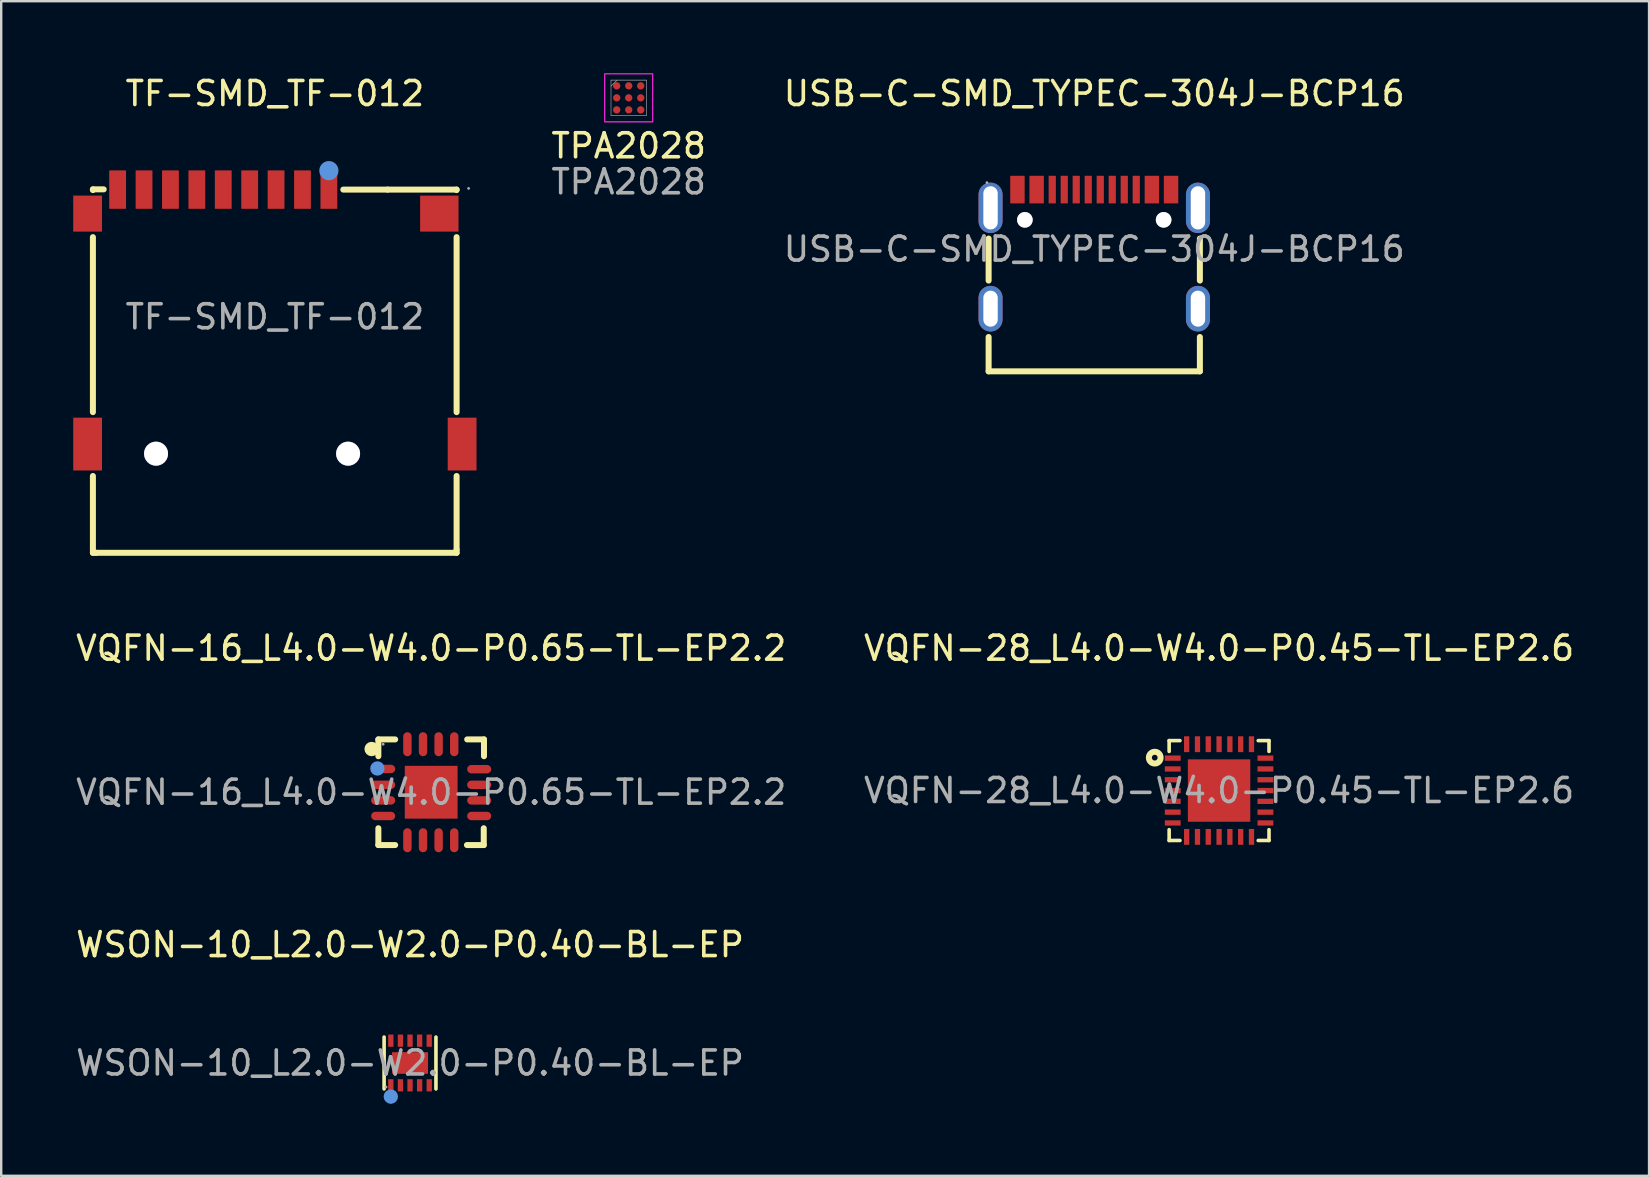
<source format=kicad_pcb>
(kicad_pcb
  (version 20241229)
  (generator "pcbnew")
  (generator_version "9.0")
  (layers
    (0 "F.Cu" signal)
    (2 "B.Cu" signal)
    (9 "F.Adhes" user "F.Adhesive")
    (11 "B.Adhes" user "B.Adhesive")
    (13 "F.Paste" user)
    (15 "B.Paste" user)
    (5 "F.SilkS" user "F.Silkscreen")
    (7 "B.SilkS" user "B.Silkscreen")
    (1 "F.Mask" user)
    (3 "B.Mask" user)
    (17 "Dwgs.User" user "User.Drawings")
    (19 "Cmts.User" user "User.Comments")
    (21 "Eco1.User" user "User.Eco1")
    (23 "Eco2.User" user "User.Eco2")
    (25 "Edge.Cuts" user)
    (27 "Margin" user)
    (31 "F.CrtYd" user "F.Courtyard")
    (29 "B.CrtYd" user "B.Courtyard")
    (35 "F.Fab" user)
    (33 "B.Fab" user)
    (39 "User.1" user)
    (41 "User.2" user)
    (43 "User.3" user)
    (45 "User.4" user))
  (footprint "USB-C-SMD_TYPEC-304J-BCP16"
    (layer "F.Cu")
    (at 42.532 7.328)
    (property "Reference" "USB-C-SMD_TYPEC-304J-BCP16" (at 0 -6.48 0) (layer "F.SilkS") (effects (font (size 1 1) (thickness 0.15))))
    (attr smd)
    (fp_line (start -4.4 1.31) (end -4.4 -0.44) (stroke (width 0.25) (type solid)) (layer "F.SilkS"))
    (fp_line (start -4.4 5.09) (end -4.4 3.66) (stroke (width 0.25) (type solid)) (layer "F.SilkS"))
    (fp_line (start -4.4 5.09) (end 4.4 5.09) (stroke (width 0.25) (type solid)) (layer "F.SilkS"))
    (fp_line (start 4.4 1.31) (end 4.4 -0.44) (stroke (width 0.25) (type solid)) (layer "F.SilkS"))
    (fp_line (start 4.4 5.09) (end 4.4 3.66) (stroke (width 0.25) (type solid)) (layer "F.SilkS"))
    (fp_circle (center -2.89 -1.22) (end -2.74 -1.22) (stroke (width 0.3) (type solid)) (fill no) (layer "Cmts.User"))
    (fp_circle (center 2.89 -1.22) (end 3.04 -1.22) (stroke (width 0.3) (type solid)) (fill no) (layer "Cmts.User"))
    (fp_circle (center -4.47 -2.77) (end -4.44 -2.77) (stroke (width 0.06) (type solid)) (fill no) (layer "F.Fab"))
    (fp_text user "${REFERENCE}" (at 0 0 0) (layer "F.Fab") (effects (font (size 1 1) (thickness 0.15))))
    (pad "" thru_hole circle (at -2.89 -1.22) (size 0.65 0.65) (drill 0.65) (layers "*.Cu" "*.Mask"))
    (pad "" thru_hole circle (at 2.89 -1.22) (size 0.65 0.65) (drill 0.65) (layers "*.Cu" "*.Mask"))
    (pad "A1B12" smd rect (at -3.2 -2.48) (size 0.6 1.15) (layers "F.Cu" "F.Mask" "F.Paste"))
    (pad "A4B9" smd rect (at -2.4 -2.48) (size 0.6 1.15) (layers "F.Cu" "F.Mask" "F.Paste"))
    (pad "A5" smd rect (at -1.25 -2.48) (size 0.3 1.15) (layers "F.Cu" "F.Mask" "F.Paste"))
    (pad "A6" smd rect (at -0.25 -2.48) (size 0.3 1.15) (layers "F.Cu" "F.Mask" "F.Paste"))
    (pad "A7" smd rect (at 0.25 -2.48) (size 0.3 1.15) (layers "F.Cu" "F.Mask" "F.Paste"))
    (pad "A8" smd rect (at 1.25 -2.48) (size 0.3 1.15) (layers "F.Cu" "F.Mask" "F.Paste"))
    (pad "B1A12" smd rect (at 3.2 -2.48) (size 0.6 1.15) (layers "F.Cu" "F.Mask" "F.Paste"))
    (pad "B4A9" smd rect (at 2.4 -2.48) (size 0.6 1.15) (layers "F.Cu" "F.Mask" "F.Paste"))
    (pad "B5" smd rect (at 1.75 -2.48) (size 0.3 1.15) (layers "F.Cu" "F.Mask" "F.Paste"))
    (pad "B6" smd rect (at 0.75 -2.48) (size 0.3 1.15) (layers "F.Cu" "F.Mask" "F.Paste"))
    (pad "B7" smd rect (at -0.75 -2.48) (size 0.3 1.15) (layers "F.Cu" "F.Mask" "F.Paste"))
    (pad "B8" smd rect (at -1.75 -2.48) (size 0.3 1.15) (layers "F.Cu" "F.Mask" "F.Paste"))
    (pad "S1" thru_hole oval (at -4.32 -1.72) (size 1 2.1) (drill oval 0.6 1.8) (layers "*.Cu" "*.Mask"))
    (pad "S1" thru_hole oval (at -4.32 2.48) (size 1 1.9) (drill oval 0.6 1.5) (layers "*.Cu" "*.Mask"))
    (pad "S1" thru_hole oval (at 4.32 -1.72) (size 1 2.1) (drill oval 0.6 1.8) (layers "*.Cu" "*.Mask"))
    (pad "S1" thru_hole oval (at 4.32 2.48) (size 1 1.9) (drill oval 0.6 1.5) (layers "*.Cu" "*.Mask")))
  (footprint "VQFN-16_L4.0-W4.0-P0.65-TL-EP2.2"
    (layer "F.Cu")
    (at 14.911 29.951)
    (property "Reference" "VQFN-16_L4.0-W4.0-P0.65-TL-EP2.2" (at 0 -6 0) (layer "F.SilkS") (effects (font (size 1 1) (thickness 0.15))))
    (attr smd)
    (fp_line (start -2.2 -2.2) (end -1.5 -2.2) (stroke (width 0.25) (type solid)) (layer "F.SilkS"))
    (fp_line (start -2.2 -1.5) (end -2.2 -2.2) (stroke (width 0.25) (type solid)) (layer "F.SilkS"))
    (fp_line (start -2.2 1.5) (end -2.2 2.2) (stroke (width 0.25) (type solid)) (layer "F.SilkS"))
    (fp_line (start -2.2 2.2) (end -1.5 2.2) (stroke (width 0.25) (type solid)) (layer "F.SilkS"))
    (fp_line (start 1.49 2.2) (end 2.19 2.2) (stroke (width 0.25) (type solid)) (layer "F.SilkS"))
    (fp_line (start 2.19 2.2) (end 2.19 1.5) (stroke (width 0.25) (type solid)) (layer "F.SilkS"))
    (fp_line (start 2.2 -2.2) (end 1.5 -2.2) (stroke (width 0.25) (type solid)) (layer "F.SilkS"))
    (fp_line (start 2.2 -1.5) (end 2.2 -2.2) (stroke (width 0.25) (type solid)) (layer "F.SilkS"))
    (fp_arc (start -2.48 -1.8) (mid -2.48 -1.8) (end -2.48 -1.8) (stroke (width 0.3) (type solid)) (layer "F.SilkS"))
    (fp_circle (center -2.24 -0.99) (end -2.09 -0.99) (stroke (width 0.3) (type solid)) (fill no) (layer "Cmts.User"))
    (fp_circle (center -2 -2) (end -1.97 -2) (stroke (width 0.06) (type solid)) (fill no) (layer "F.Fab"))
    (fp_text user "${REFERENCE}" (at 0 0 0) (layer "F.Fab") (effects (font (size 1 1) (thickness 0.15))))
    (pad "1" smd oval (at -2 -0.97 270) (size 0.35 1) (layers "F.Cu" "F.Mask" "F.Paste"))
    (pad "2" smd oval (at -2 -0.31 270) (size 0.35 1) (layers "F.Cu" "F.Mask" "F.Paste"))
    (pad "3" smd oval (at -2 0.34 270) (size 0.35 1) (layers "F.Cu" "F.Mask" "F.Paste"))
    (pad "4" smd oval (at -2 0.99 270) (size 0.35 1) (layers "F.Cu" "F.Mask" "F.Paste"))
    (pad "5" smd oval (at -0.99 2) (size 0.35 1) (layers "F.Cu" "F.Mask" "F.Paste"))
    (pad "6" smd oval (at -0.34 2) (size 0.35 1) (layers "F.Cu" "F.Mask" "F.Paste"))
    (pad "7" smd oval (at 0.31 2) (size 0.35 1) (layers "F.Cu" "F.Mask" "F.Paste"))
    (pad "8" smd oval (at 0.96 2) (size 0.35 1) (layers "F.Cu" "F.Mask" "F.Paste"))
    (pad "9" smd oval (at 2 0.99 270) (size 0.35 1) (layers "F.Cu" "F.Mask" "F.Paste"))
    (pad "10" smd oval (at 2 0.34 270) (size 0.35 1) (layers "F.Cu" "F.Mask" "F.Paste"))
    (pad "11" smd oval (at 2 -0.31 270) (size 0.35 1) (layers "F.Cu" "F.Mask" "F.Paste"))
    (pad "12" smd oval (at 2 -0.96 270) (size 0.35 1) (layers "F.Cu" "F.Mask" "F.Paste"))
    (pad "13" smd oval (at 0.96 -2) (size 0.35 1) (layers "F.Cu" "F.Mask" "F.Paste"))
    (pad "14" smd oval (at 0.31 -2) (size 0.35 1) (layers "F.Cu" "F.Mask" "F.Paste"))
    (pad "15" smd oval (at -0.34 -2) (size 0.35 1) (layers "F.Cu" "F.Mask" "F.Paste"))
    (pad "16" smd oval (at -0.99 -2) (size 0.35 1) (layers "F.Cu" "F.Mask" "F.Paste"))
    (pad "17" smd rect (at 0 0) (size 2.2 2.2) (layers "F.Cu" "F.Mask" "F.Paste")))
  (footprint "TF-SMD_TF-012"
    (layer "F.Cu")
    (at 8.4 10.148)
    (property "Reference" "TF-SMD_TF-012" (at 0 -9.3 0) (layer "F.SilkS") (effects (font (size 1 1) (thickness 0.15))))
    (attr through_hole)
    (fp_line (start -7.58 -5.31) (end -7.13 -5.31) (stroke (width 0.25) (type solid)) (layer "F.SilkS"))
    (fp_line (start -7.58 -5.28) (end -7.58 -5.31) (stroke (width 0.25) (type solid)) (layer "F.SilkS"))
    (fp_line (start -7.58 3.97) (end -7.58 -3.32) (stroke (width 0.25) (type solid)) (layer "F.SilkS"))
    (fp_line (start -7.58 9.83) (end -7.58 6.63) (stroke (width 0.25) (type solid)) (layer "F.SilkS"))
    (fp_line (start -7.45 9.83) (end -7.58 9.83) (stroke (width 0.25) (type solid)) (layer "F.SilkS"))
    (fp_line (start 4.7 -5.3) (end 2.85 -5.3) (stroke (width 0.25) (type solid)) (layer "F.SilkS"))
    (fp_line (start 4.7 -5.3) (end 7.57 -5.3) (stroke (width 0.25) (type solid)) (layer "F.SilkS"))
    (fp_line (start 7.57 -5.3) (end 7.57 -5.28) (stroke (width 0.25) (type solid)) (layer "F.SilkS"))
    (fp_line (start 7.57 -3.32) (end 7.57 3.97) (stroke (width 0.25) (type solid)) (layer "F.SilkS"))
    (fp_line (start 7.57 6.63) (end 7.57 9.7) (stroke (width 0.25) (type solid)) (layer "F.SilkS"))
    (fp_line (start 7.57 9.7) (end 7.57 9.83) (stroke (width 0.25) (type solid)) (layer "F.SilkS"))
    (fp_line (start 7.57 9.83) (end -7.45 9.83) (stroke (width 0.25) (type solid)) (layer "F.SilkS"))
    (fp_circle (center -4.95 5.7) (end -4.75 5.7) (stroke (width 0.4) (type solid)) (fill no) (layer "Cmts.User"))
    (fp_circle (center 2.25 -6.09) (end 2.45 -6.09) (stroke (width 0.4) (type solid)) (fill no) (layer "Cmts.User"))
    (fp_circle (center 3.05 5.7) (end 3.25 5.7) (stroke (width 0.4) (type solid)) (fill no) (layer "Cmts.User"))
    (fp_circle (center 8.07 -5.35) (end 8.1 -5.35) (stroke (width 0.06) (type solid)) (fill no) (layer "F.Fab"))
    (fp_text user "${REFERENCE}" (at 0 0 0) (layer "F.Fab") (effects (font (size 1 1) (thickness 0.15))))
    (pad "" thru_hole circle (at -4.95 5.7) (size 1 1) (drill 1) (layers "*.Cu" "*.Mask"))
    (pad "" thru_hole circle (at 3.05 5.7) (size 1 1) (drill 1) (layers "*.Cu" "*.Mask"))
    (pad "1" smd rect (at 2.25 -5.3) (size 0.7 1.6) (layers "F.Cu" "F.Mask" "F.Paste"))
    (pad "2" smd rect (at 1.15 -5.3) (size 0.7 1.6) (layers "F.Cu" "F.Mask" "F.Paste"))
    (pad "3" smd rect (at 0.05 -5.3) (size 0.7 1.6) (layers "F.Cu" "F.Mask" "F.Paste"))
    (pad "4" smd rect (at -1.05 -5.3) (size 0.7 1.6) (layers "F.Cu" "F.Mask" "F.Paste"))
    (pad "5" smd rect (at -2.15 -5.3) (size 0.7 1.6) (layers "F.Cu" "F.Mask" "F.Paste"))
    (pad "6" smd rect (at -3.25 -5.3) (size 0.7 1.6) (layers "F.Cu" "F.Mask" "F.Paste"))
    (pad "7" smd rect (at -4.35 -5.3) (size 0.7 1.6) (layers "F.Cu" "F.Mask" "F.Paste"))
    (pad "8" smd rect (at -5.45 -5.3) (size 0.7 1.6) (layers "F.Cu" "F.Mask" "F.Paste"))
    (pad "10" smd rect (at -7.8 -4.3) (size 1.2 1.5) (layers "F.Cu" "F.Mask" "F.Paste"))
    (pad "11" smd rect (at -7.8 5.3) (size 1.2 2.2) (layers "F.Cu" "F.Mask" "F.Paste"))
    (pad "12" smd rect (at 7.8 5.3) (size 1.2 2.2) (layers "F.Cu" "F.Mask" "F.Paste"))
    (pad "13" smd rect (at 6.85 -4.3) (size 1.6 1.5) (layers "F.Cu" "F.Mask" "F.Paste"))
    (pad "CD" smd rect (at -6.55 -5.3) (size 0.7 1.6) (layers "F.Cu" "F.Mask" "F.Paste")))
  (footprint "VQFN-28_L4.0-W4.0-P0.45-TL-EP2.6"
    (layer "F.Cu")
    (at 47.732 29.881)
    (property "Reference" "VQFN-28_L4.0-W4.0-P0.45-TL-EP2.6" (at 0 -5.93 0) (layer "F.SilkS") (effects (font (size 1 1) (thickness 0.15))))
    (attr through_hole)
    (fp_line (start -2.08 -2.08) (end -1.63 -2.08) (stroke (width 0.15) (type solid)) (layer "F.SilkS"))
    (fp_line (start -2.08 -1.63) (end -2.08 -2.08) (stroke (width 0.15) (type solid)) (layer "F.SilkS"))
    (fp_line (start -2.08 1.63) (end -2.08 2.08) (stroke (width 0.15) (type solid)) (layer "F.SilkS"))
    (fp_line (start -2.08 2.08) (end -1.63 2.08) (stroke (width 0.15) (type solid)) (layer "F.SilkS"))
    (fp_line (start 2.08 -2.08) (end 1.63 -2.08) (stroke (width 0.15) (type solid)) (layer "F.SilkS"))
    (fp_line (start 2.08 -1.63) (end 2.08 -2.08) (stroke (width 0.15) (type solid)) (layer "F.SilkS"))
    (fp_line (start 2.08 1.63) (end 2.08 2.08) (stroke (width 0.15) (type solid)) (layer "F.SilkS"))
    (fp_line (start 2.08 2.08) (end 1.63 2.08) (stroke (width 0.15) (type solid)) (layer "F.SilkS"))
    (fp_circle (center -2.68 -1.37) (end -2.56 -1.37) (stroke (width 0.25) (type solid)) (fill no) (layer "F.SilkS"))
    (fp_text user "${REFERENCE}" (at 0 0 0) (layer "F.Fab") (effects (font (size 1 1) (thickness 0.15))))
    (pad "1" smd rect (at -1.93 -1.35 270) (size 0.22 0.66) (layers "F.Cu" "F.Mask" "F.Paste"))
    (pad "2" smd rect (at -1.93 -0.9 270) (size 0.22 0.66) (layers "F.Cu" "F.Mask" "F.Paste"))
    (pad "3" smd rect (at -1.93 -0.45 270) (size 0.22 0.66) (layers "F.Cu" "F.Mask" "F.Paste"))
    (pad "4" smd rect (at -1.93 0 270) (size 0.22 0.66) (layers "F.Cu" "F.Mask" "F.Paste"))
    (pad "5" smd rect (at -1.93 0.45 270) (size 0.22 0.66) (layers "F.Cu" "F.Mask" "F.Paste"))
    (pad "6" smd rect (at -1.93 0.9 270) (size 0.22 0.66) (layers "F.Cu" "F.Mask" "F.Paste"))
    (pad "7" smd rect (at -1.93 1.35 270) (size 0.22 0.66) (layers "F.Cu" "F.Mask" "F.Paste"))
    (pad "8" smd rect (at -1.35 1.93 270) (size 0.66 0.22) (layers "F.Cu" "F.Mask" "F.Paste"))
    (pad "9" smd rect (at -0.9 1.93 270) (size 0.66 0.22) (layers "F.Cu" "F.Mask" "F.Paste"))
    (pad "10" smd rect (at -0.45 1.93 270) (size 0.66 0.22) (layers "F.Cu" "F.Mask" "F.Paste"))
    (pad "11" smd rect (at 0 1.93 270) (size 0.66 0.22) (layers "F.Cu" "F.Mask" "F.Paste"))
    (pad "12" smd rect (at 0.45 1.93 270) (size 0.66 0.22) (layers "F.Cu" "F.Mask" "F.Paste"))
    (pad "13" smd rect (at 0.9 1.93 270) (size 0.66 0.22) (layers "F.Cu" "F.Mask" "F.Paste"))
    (pad "14" smd rect (at 1.35 1.93 270) (size 0.66 0.22) (layers "F.Cu" "F.Mask" "F.Paste"))
    (pad "15" smd rect (at 1.93 1.35 270) (size 0.22 0.66) (layers "F.Cu" "F.Mask" "F.Paste"))
    (pad "16" smd rect (at 1.93 0.9 270) (size 0.22 0.66) (layers "F.Cu" "F.Mask" "F.Paste"))
    (pad "17" smd rect (at 1.93 0.45 270) (size 0.22 0.66) (layers "F.Cu" "F.Mask" "F.Paste"))
    (pad "18" smd rect (at 1.93 0 270) (size 0.22 0.66) (layers "F.Cu" "F.Mask" "F.Paste"))
    (pad "19" smd rect (at 1.93 -0.45 270) (size 0.22 0.66) (layers "F.Cu" "F.Mask" "F.Paste"))
    (pad "20" smd rect (at 1.93 -0.9 270) (size 0.22 0.66) (layers "F.Cu" "F.Mask" "F.Paste"))
    (pad "21" smd rect (at 1.93 -1.35 270) (size 0.22 0.66) (layers "F.Cu" "F.Mask" "F.Paste"))
    (pad "22" smd rect (at 1.35 -1.93 270) (size 0.66 0.22) (layers "F.Cu" "F.Mask" "F.Paste"))
    (pad "23" smd rect (at 0.9 -1.93 270) (size 0.66 0.22) (layers "F.Cu" "F.Mask" "F.Paste"))
    (pad "24" smd rect (at 0.45 -1.93 270) (size 0.66 0.22) (layers "F.Cu" "F.Mask" "F.Paste"))
    (pad "25" smd rect (at 0 -1.93 270) (size 0.66 0.22) (layers "F.Cu" "F.Mask" "F.Paste"))
    (pad "26" smd rect (at -0.45 -1.93 270) (size 0.66 0.22) (layers "F.Cu" "F.Mask" "F.Paste"))
    (pad "27" smd rect (at -0.9 -1.93 270) (size 0.66 0.22) (layers "F.Cu" "F.Mask" "F.Paste"))
    (pad "28" smd rect (at -1.35 -1.93 270) (size 0.66 0.22) (layers "F.Cu" "F.Mask" "F.Paste"))
    (pad "29" smd rect (at 0 0 180) (size 2.6 2.6) (layers "F.Cu" "F.Mask" "F.Paste")))
  (footprint "WSON-10_L2.0-W2.0-P0.40-BL-EP"
    (layer "F.Cu")
    (at 14.03 41.23)
    (property "Reference" "WSON-10_L2.0-W2.0-P0.40-BL-EP" (at 0 -4.93 0) (layer "F.SilkS") (effects (font (size 1 1) (thickness 0.15))))
    (attr smd)
    (fp_line (start -1.08 1.08) (end -1.08 -1.08) (stroke (width 0.15) (type solid)) (layer "F.SilkS"))
    (fp_line (start 1.08 -1.08) (end 1.08 1.08) (stroke (width 0.15) (type solid)) (layer "F.SilkS"))
    (fp_circle (center -0.8 1.48) (end -0.7 1.48) (stroke (width 0.2) (type solid)) (fill no) (layer "F.SilkS"))
    (fp_circle (center -0.8 1.4) (end -0.65 1.4) (stroke (width 0.3) (type solid)) (fill no) (layer "Cmts.User"))
    (fp_circle (center -1 1) (end -0.97 1) (stroke (width 0.06) (type solid)) (fill no) (layer "F.Fab"))
    (fp_text user "${REFERENCE}" (at 0 0 0) (layer "F.Fab") (effects (font (size 1 1) (thickness 0.15))))
    (pad "1" smd rect (at -0.8 0.93) (size 0.22 0.51) (layers "F.Cu" "F.Mask" "F.Paste"))
    (pad "2" smd rect (at -0.4 0.93) (size 0.22 0.51) (layers "F.Cu" "F.Mask" "F.Paste"))
    (pad "3" smd rect (at 0 0.93) (size 0.22 0.51) (layers "F.Cu" "F.Mask" "F.Paste"))
    (pad "4" smd rect (at 0.4 0.93) (size 0.22 0.51) (layers "F.Cu" "F.Mask" "F.Paste"))
    (pad "5" smd rect (at 0.8 0.93) (size 0.22 0.51) (layers "F.Cu" "F.Mask" "F.Paste"))
    (pad "6" smd rect (at 0.8 -0.93) (size 0.22 0.51) (layers "F.Cu" "F.Mask" "F.Paste"))
    (pad "7" smd rect (at 0.4 -0.93) (size 0.22 0.51) (layers "F.Cu" "F.Mask" "F.Paste"))
    (pad "8" smd rect (at 0 -0.93) (size 0.22 0.51) (layers "F.Cu" "F.Mask" "F.Paste"))
    (pad "9" smd rect (at -0.4 -0.93) (size 0.22 0.51) (layers "F.Cu" "F.Mask" "F.Paste"))
    (pad "10" smd rect (at -0.8 -0.93) (size 0.22 0.51) (layers "F.Cu" "F.Mask" "F.Paste"))
    (pad "11" smd rect (at 0 0) (size 1.5 0.9) (layers "F.Cu" "F.Mask" "F.Paste")))
  (footprint "TPA2028"
    (layer "F.Cu")
    (at 23.139 1.025)
    (property "Reference" "TPA2028" (at 0 2 0) (unlocked yes) (layer "F.SilkS") (effects (font (size 1 1) (thickness 0.15))))
    (attr smd)
    (fp_rect (start -1 -1) (end 1 1) (stroke (width 0.05) (type default)) (fill no) (layer "F.CrtYd"))
    (fp_line (start -0.737 -0.737) (end -0.737 0.737) (stroke (width 0.025) (type solid)) (layer "F.Fab"))
    (fp_line (start -0.737 0.737) (end 0.737 0.737) (stroke (width 0.025) (type solid)) (layer "F.Fab"))
    (fp_line (start -0.487 -0.737) (end -0.737 -0.487) (stroke (width 0.025) (type solid)) (layer "F.Fab"))
    (fp_line (start 0.737 -0.737) (end -0.737 -0.737) (stroke (width 0.025) (type solid)) (layer "F.Fab"))
    (fp_line (start 0.737 0.737) (end 0.737 -0.737) (stroke (width 0.025) (type solid)) (layer "F.Fab"))
    (fp_text user "${REFERENCE}" (at 0 3.5 0) (unlocked yes) (layer "F.Fab") (effects (font (size 1 1) (thickness 0.15))))
    (pad "A1" smd circle (at -0.5 -0.5) (size 0.305 0.305) (layers "F.Cu" "F.Mask" "F.Paste"))
    (pad "A2" smd circle (at 0 -0.5) (size 0.305 0.305) (layers "F.Cu" "F.Mask" "F.Paste"))
    (pad "A3" smd circle (at 0.5 -0.5) (size 0.305 0.305) (layers "F.Cu" "F.Mask" "F.Paste"))
    (pad "B1" smd circle (at -0.5 0) (size 0.305 0.305) (layers "F.Cu" "F.Mask" "F.Paste"))
    (pad "B2" smd circle (at 0 0) (size 0.305 0.305) (layers "F.Cu" "F.Mask" "F.Paste"))
    (pad "B3" smd circle (at 0.5 0) (size 0.305 0.305) (layers "F.Cu" "F.Mask" "F.Paste"))
    (pad "C1" smd circle (at -0.5 0.5) (size 0.305 0.305) (layers "F.Cu" "F.Mask" "F.Paste"))
    (pad "C2" smd circle (at 0 0.5) (size 0.305 0.305) (layers "F.Cu" "F.Mask" "F.Paste"))
    (pad "C3" smd circle (at 0.5 0.5) (size 0.305 0.305) (layers "F.Cu" "F.Mask" "F.Paste")))
  (gr_rect
    (start -3 -3)
    (end 65.643 45.93)
    (stroke (width 0.1) (type default))
    (fill no)
    (layer "Edge.Cuts")))
</source>
